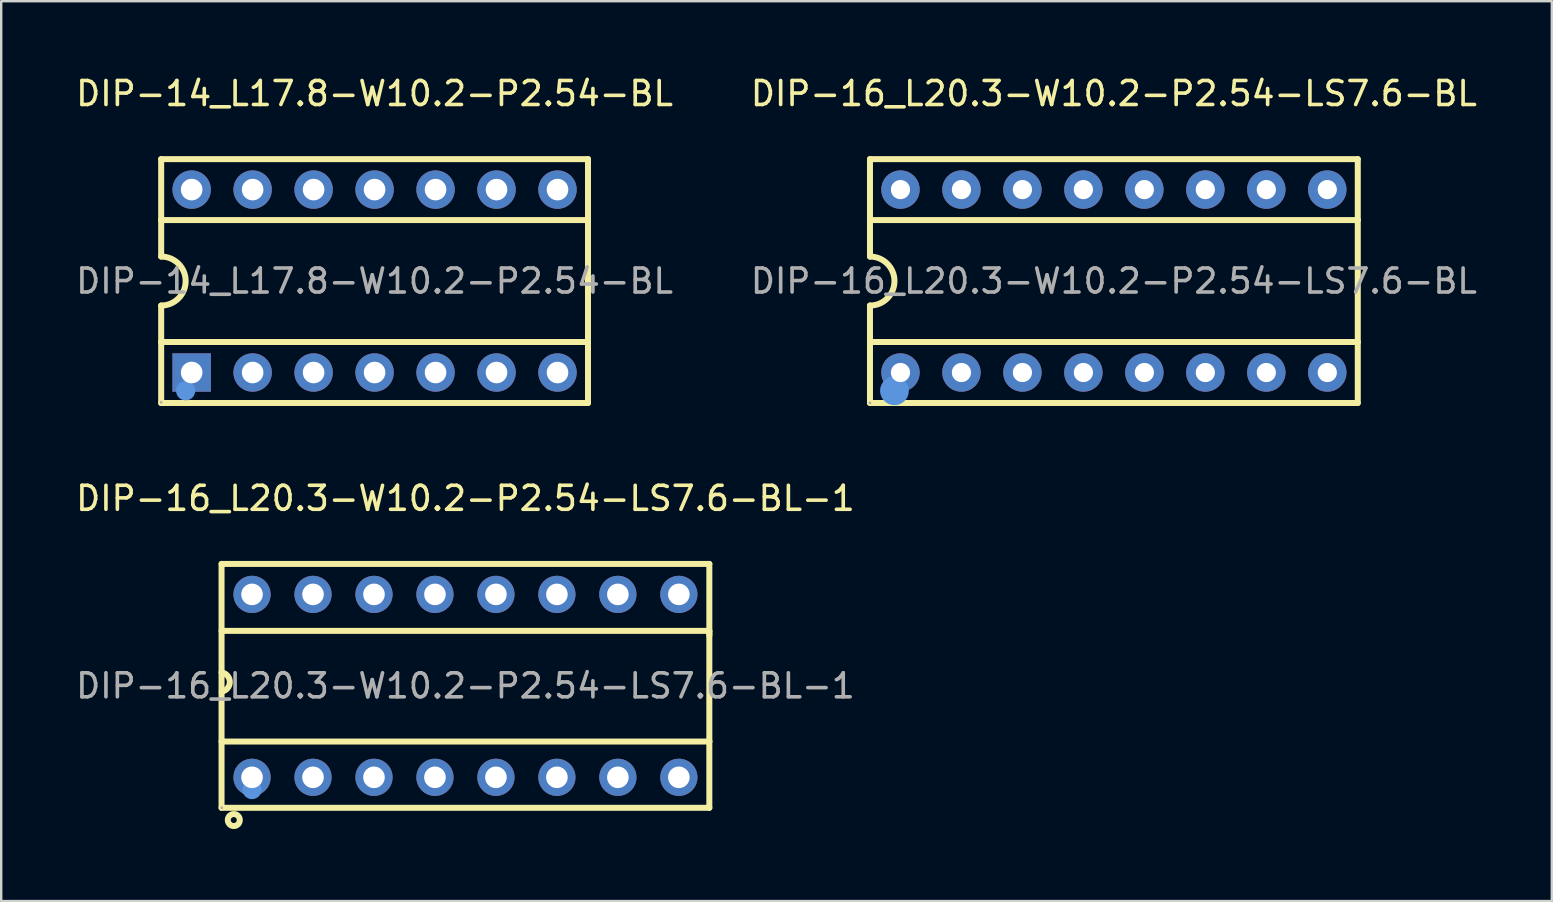
<source format=kicad_pcb>
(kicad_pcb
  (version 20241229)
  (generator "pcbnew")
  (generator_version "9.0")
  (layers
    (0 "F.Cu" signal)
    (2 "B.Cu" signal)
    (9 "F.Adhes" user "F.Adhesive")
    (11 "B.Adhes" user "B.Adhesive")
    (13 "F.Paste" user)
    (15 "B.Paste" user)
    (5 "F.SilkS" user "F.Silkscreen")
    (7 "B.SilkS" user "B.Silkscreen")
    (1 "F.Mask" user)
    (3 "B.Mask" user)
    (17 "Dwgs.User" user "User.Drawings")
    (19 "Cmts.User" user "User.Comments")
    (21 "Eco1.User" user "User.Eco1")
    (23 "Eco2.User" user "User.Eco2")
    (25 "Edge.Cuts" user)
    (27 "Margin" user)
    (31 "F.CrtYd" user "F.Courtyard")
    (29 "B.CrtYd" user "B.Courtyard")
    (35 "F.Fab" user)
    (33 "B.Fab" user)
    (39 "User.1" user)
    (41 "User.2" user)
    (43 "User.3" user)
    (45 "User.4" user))
  (footprint "DIP-16_L20.3-W10.2-P2.54-LS7.6-BL"
    (layer "F.Cu")
    (at 43.351 8.658)
    (property "Reference" "DIP-16_L20.3-W10.2-P2.54-LS7.6-BL" (at 0 -7.81 0) (layer "F.SilkS") (effects (font (size 1 1) (thickness 0.15))))
    (attr through_hole)
    (fp_line (start -10.16 -5.08) (end -10.16 -2.54) (stroke (width 0.25) (type solid)) (layer "F.SilkS"))
    (fp_line (start -10.16 -2.54) (end -10.16 -1.02) (stroke (width 0.25) (type solid)) (layer "F.SilkS"))
    (fp_line (start -10.16 -2.54) (end 10.16 -2.54) (stroke (width 0.25) (type solid)) (layer "F.SilkS"))
    (fp_line (start -10.16 2.54) (end -10.16 1.02) (stroke (width 0.25) (type solid)) (layer "F.SilkS"))
    (fp_line (start -10.16 2.54) (end 10.16 2.54) (stroke (width 0.25) (type solid)) (layer "F.SilkS"))
    (fp_line (start -10.16 5.08) (end -10.16 2.54) (stroke (width 0.25) (type solid)) (layer "F.SilkS"))
    (fp_line (start -10.16 5.08) (end 10.16 5.08) (stroke (width 0.25) (type solid)) (layer "F.SilkS"))
    (fp_line (start 10.16 -5.08) (end -10.16 -5.08) (stroke (width 0.25) (type solid)) (layer "F.SilkS"))
    (fp_line (start 10.16 -5.08) (end 10.16 -2.54) (stroke (width 0.25) (type solid)) (layer "F.SilkS"))
    (fp_line (start 10.16 -2.54) (end 10.16 2.54) (stroke (width 0.25) (type solid)) (layer "F.SilkS"))
    (fp_line (start 10.16 2.54) (end 10.16 5.08) (stroke (width 0.25) (type solid)) (layer "F.SilkS"))
    (fp_arc (start -10.16 -1.02) (mid -9.14 0) (end -10.16 1.02) (stroke (width 0.25) (type solid)) (layer "F.SilkS"))
    (fp_circle (center -9.14 4.57) (end -8.84 4.57) (stroke (width 0.6) (type solid)) (fill no) (layer "Cmts.User"))
    (fp_circle (center -10.16 5.08) (end -10.13 5.08) (stroke (width 0.06) (type solid)) (fill no) (layer "F.Fab"))
    (fp_circle (center -8.89 -3.81) (end -8.77 -3.81) (stroke (width 0.25) (type solid)) (fill no) (layer "F.Fab"))
    (fp_circle (center -8.89 3.81) (end -8.77 3.81) (stroke (width 0.25) (type solid)) (fill no) (layer "F.Fab"))
    (fp_circle (center -6.35 -3.81) (end -6.23 -3.81) (stroke (width 0.25) (type solid)) (fill no) (layer "F.Fab"))
    (fp_circle (center -6.35 3.81) (end -6.23 3.81) (stroke (width 0.25) (type solid)) (fill no) (layer "F.Fab"))
    (fp_circle (center -3.81 -3.81) (end -3.69 -3.81) (stroke (width 0.25) (type solid)) (fill no) (layer "F.Fab"))
    (fp_circle (center -3.81 3.81) (end -3.69 3.81) (stroke (width 0.25) (type solid)) (fill no) (layer "F.Fab"))
    (fp_circle (center -1.27 -3.81) (end -1.15 -3.81) (stroke (width 0.25) (type solid)) (fill no) (layer "F.Fab"))
    (fp_circle (center -1.27 3.81) (end -1.15 3.81) (stroke (width 0.25) (type solid)) (fill no) (layer "F.Fab"))
    (fp_circle (center 1.27 -3.81) (end 1.39 -3.81) (stroke (width 0.25) (type solid)) (fill no) (layer "F.Fab"))
    (fp_circle (center 1.27 3.81) (end 1.39 3.81) (stroke (width 0.25) (type solid)) (fill no) (layer "F.Fab"))
    (fp_circle (center 3.81 -3.81) (end 3.93 -3.81) (stroke (width 0.25) (type solid)) (fill no) (layer "F.Fab"))
    (fp_circle (center 3.81 3.81) (end 3.93 3.81) (stroke (width 0.25) (type solid)) (fill no) (layer "F.Fab"))
    (fp_circle (center 6.35 -3.81) (end 6.47 -3.81) (stroke (width 0.25) (type solid)) (fill no) (layer "F.Fab"))
    (fp_circle (center 6.35 3.81) (end 6.47 3.81) (stroke (width 0.25) (type solid)) (fill no) (layer "F.Fab"))
    (fp_circle (center 8.89 -3.81) (end 9.01 -3.81) (stroke (width 0.25) (type solid)) (fill no) (layer "F.Fab"))
    (fp_circle (center 8.89 3.81) (end 9.01 3.81) (stroke (width 0.25) (type solid)) (fill no) (layer "F.Fab"))
    (fp_text user "${REFERENCE}" (at 0 0 0) (layer "F.Fab") (effects (font (size 1 1) (thickness 0.15))))
    (pad "1" thru_hole circle (at -8.89 3.81) (size 1.6 1.6) (drill 0.8) (layers "*.Cu" "*.Paste" "*.Mask"))
    (pad "2" thru_hole circle (at -6.35 3.81) (size 1.6 1.6) (drill 0.8) (layers "*.Cu" "*.Paste" "*.Mask"))
    (pad "3" thru_hole circle (at -3.81 3.81) (size 1.6 1.6) (drill 0.8) (layers "*.Cu" "*.Paste" "*.Mask"))
    (pad "4" thru_hole circle (at -1.27 3.81) (size 1.6 1.6) (drill 0.8) (layers "*.Cu" "*.Paste" "*.Mask"))
    (pad "5" thru_hole circle (at 1.27 3.81) (size 1.6 1.6) (drill 0.8) (layers "*.Cu" "*.Paste" "*.Mask"))
    (pad "6" thru_hole circle (at 3.81 3.81) (size 1.6 1.6) (drill 0.8) (layers "*.Cu" "*.Paste" "*.Mask"))
    (pad "7" thru_hole circle (at 6.35 3.81) (size 1.6 1.6) (drill 0.8) (layers "*.Cu" "*.Paste" "*.Mask"))
    (pad "8" thru_hole circle (at 8.89 3.81) (size 1.6 1.6) (drill 0.8) (layers "*.Cu" "*.Paste" "*.Mask"))
    (pad "9" thru_hole circle (at 8.89 -3.81) (size 1.6 1.6) (drill 0.8) (layers "*.Cu" "*.Paste" "*.Mask"))
    (pad "10" thru_hole circle (at 6.35 -3.81) (size 1.6 1.6) (drill 0.8) (layers "*.Cu" "*.Paste" "*.Mask"))
    (pad "11" thru_hole circle (at 3.81 -3.81) (size 1.6 1.6) (drill 0.8) (layers "*.Cu" "*.Paste" "*.Mask"))
    (pad "12" thru_hole circle (at 1.27 -3.81) (size 1.6 1.6) (drill 0.8) (layers "*.Cu" "*.Paste" "*.Mask"))
    (pad "13" thru_hole circle (at -1.27 -3.81) (size 1.6 1.6) (drill 0.8) (layers "*.Cu" "*.Paste" "*.Mask"))
    (pad "14" thru_hole circle (at -3.81 -3.81) (size 1.6 1.6) (drill 0.8) (layers "*.Cu" "*.Paste" "*.Mask"))
    (pad "15" thru_hole circle (at -6.35 -3.81) (size 1.6 1.6) (drill 0.8) (layers "*.Cu" "*.Paste" "*.Mask"))
    (pad "16" thru_hole circle (at -8.89 -3.81) (size 1.6 1.6) (drill 0.8) (layers "*.Cu" "*.Paste" "*.Mask")))
  (footprint "DIP-14_L17.8-W10.2-P2.54-BL"
    (layer "F.Cu")
    (at 12.554 8.658)
    (property "Reference" "DIP-14_L17.8-W10.2-P2.54-BL" (at 0 -7.81 0) (layer "F.SilkS") (effects (font (size 1 1) (thickness 0.15))))
    (attr through_hole)
    (fp_line (start -8.89 -5.08) (end -8.89 -2.54) (stroke (width 0.25) (type solid)) (layer "F.SilkS"))
    (fp_line (start -8.89 -2.54) (end -8.89 -1.02) (stroke (width 0.25) (type solid)) (layer "F.SilkS"))
    (fp_line (start -8.89 -2.54) (end 8.89 -2.54) (stroke (width 0.25) (type solid)) (layer "F.SilkS"))
    (fp_line (start -8.89 2.54) (end -8.89 1.02) (stroke (width 0.25) (type solid)) (layer "F.SilkS"))
    (fp_line (start -8.89 2.54) (end 8.89 2.54) (stroke (width 0.25) (type solid)) (layer "F.SilkS"))
    (fp_line (start -8.89 5.08) (end -8.89 2.54) (stroke (width 0.25) (type solid)) (layer "F.SilkS"))
    (fp_line (start -8.89 5.08) (end 8.89 5.08) (stroke (width 0.25) (type solid)) (layer "F.SilkS"))
    (fp_line (start 8.89 -5.08) (end -8.89 -5.08) (stroke (width 0.25) (type solid)) (layer "F.SilkS"))
    (fp_line (start 8.89 -5.08) (end 8.89 -2.54) (stroke (width 0.25) (type solid)) (layer "F.SilkS"))
    (fp_line (start 8.89 -2.54) (end 8.89 2.54) (stroke (width 0.25) (type solid)) (layer "F.SilkS"))
    (fp_line (start 8.89 2.54) (end 8.89 5.08) (stroke (width 0.25) (type solid)) (layer "F.SilkS"))
    (fp_arc (start -8.89 -1.02) (mid -7.87 0) (end -8.89 1.02) (stroke (width 0.25) (type solid)) (layer "F.SilkS"))
    (fp_circle (center -7.87 4.57) (end -7.67 4.57) (stroke (width 0.4) (type solid)) (fill no) (layer "Cmts.User"))
    (fp_circle (center -8.89 5.05) (end -8.86 5.05) (stroke (width 0.06) (type solid)) (fill no) (layer "F.Fab"))
    (fp_circle (center -7.62 -3.81) (end -7.5 -3.81) (stroke (width 0.25) (type solid)) (fill no) (layer "F.Fab"))
    (fp_circle (center -7.62 3.81) (end -7.5 3.81) (stroke (width 0.25) (type solid)) (fill no) (layer "F.Fab"))
    (fp_circle (center -5.08 -3.81) (end -4.96 -3.81) (stroke (width 0.25) (type solid)) (fill no) (layer "F.Fab"))
    (fp_circle (center -5.08 3.81) (end -4.96 3.81) (stroke (width 0.25) (type solid)) (fill no) (layer "F.Fab"))
    (fp_circle (center -2.54 -3.81) (end -2.42 -3.81) (stroke (width 0.25) (type solid)) (fill no) (layer "F.Fab"))
    (fp_circle (center -2.54 3.81) (end -2.42 3.81) (stroke (width 0.25) (type solid)) (fill no) (layer "F.Fab"))
    (fp_circle (center 0 -3.81) (end 0.12 -3.81) (stroke (width 0.25) (type solid)) (fill no) (layer "F.Fab"))
    (fp_circle (center 0 3.81) (end 0.12 3.81) (stroke (width 0.25) (type solid)) (fill no) (layer "F.Fab"))
    (fp_circle (center 2.54 -3.81) (end 2.66 -3.81) (stroke (width 0.25) (type solid)) (fill no) (layer "F.Fab"))
    (fp_circle (center 2.54 3.81) (end 2.66 3.81) (stroke (width 0.25) (type solid)) (fill no) (layer "F.Fab"))
    (fp_circle (center 5.08 -3.81) (end 5.2 -3.81) (stroke (width 0.25) (type solid)) (fill no) (layer "F.Fab"))
    (fp_circle (center 5.08 3.81) (end 5.2 3.81) (stroke (width 0.25) (type solid)) (fill no) (layer "F.Fab"))
    (fp_circle (center 7.62 -3.81) (end 7.74 -3.81) (stroke (width 0.25) (type solid)) (fill no) (layer "F.Fab"))
    (fp_circle (center 7.62 3.81) (end 7.74 3.81) (stroke (width 0.25) (type solid)) (fill no) (layer "F.Fab"))
    (fp_text user "${REFERENCE}" (at 0 0 0) (layer "F.Fab") (effects (font (size 1 1) (thickness 0.15))))
    (pad "1" thru_hole rect (at -7.62 3.81) (size 1.6 1.6) (drill 0.9) (layers "*.Cu" "*.Paste" "*.Mask"))
    (pad "2" thru_hole circle (at -5.08 3.81) (size 1.6 1.6) (drill 0.9) (layers "*.Cu" "*.Paste" "*.Mask"))
    (pad "3" thru_hole circle (at -2.54 3.81) (size 1.6 1.6) (drill 0.9) (layers "*.Cu" "*.Paste" "*.Mask"))
    (pad "4" thru_hole circle (at 0 3.81) (size 1.6 1.6) (drill 0.9) (layers "*.Cu" "*.Paste" "*.Mask"))
    (pad "5" thru_hole circle (at 2.54 3.81) (size 1.6 1.6) (drill 0.9) (layers "*.Cu" "*.Paste" "*.Mask"))
    (pad "6" thru_hole circle (at 5.08 3.81) (size 1.6 1.6) (drill 0.9) (layers "*.Cu" "*.Paste" "*.Mask"))
    (pad "7" thru_hole circle (at 7.62 3.81) (size 1.6 1.6) (drill 0.9) (layers "*.Cu" "*.Paste" "*.Mask"))
    (pad "8" thru_hole circle (at 7.62 -3.81) (size 1.6 1.6) (drill 0.9) (layers "*.Cu" "*.Paste" "*.Mask"))
    (pad "9" thru_hole circle (at 5.08 -3.81) (size 1.6 1.6) (drill 0.9) (layers "*.Cu" "*.Paste" "*.Mask"))
    (pad "10" thru_hole circle (at 2.54 -3.81) (size 1.6 1.6) (drill 0.9) (layers "*.Cu" "*.Paste" "*.Mask"))
    (pad "11" thru_hole circle (at 0 -3.81) (size 1.6 1.6) (drill 0.9) (layers "*.Cu" "*.Paste" "*.Mask"))
    (pad "12" thru_hole circle (at -2.54 -3.81) (size 1.6 1.6) (drill 0.9) (layers "*.Cu" "*.Paste" "*.Mask"))
    (pad "13" thru_hole circle (at -5.08 -3.81) (size 1.6 1.6) (drill 0.9) (layers "*.Cu" "*.Paste" "*.Mask"))
    (pad "14" thru_hole circle (at -7.62 -3.81) (size 1.6 1.6) (drill 0.9) (layers "*.Cu" "*.Paste" "*.Mask")))
  (footprint "DIP-16_L20.3-W10.2-P2.54-LS7.6-BL-1"
    (layer "F.Cu")
    (at 16.339 25.521)
    (property "Reference" "DIP-16_L20.3-W10.2-P2.54-LS7.6-BL-1" (at 0 -7.81 0) (layer "F.SilkS") (effects (font (size 1 1) (thickness 0.15))))
    (attr through_hole)
    (fp_line (start -10.16 -5.08) (end -10.16 5.08) (stroke (width 0.25) (type solid)) (layer "F.SilkS"))
    (fp_line (start -10.16 -2.29) (end 10.16 -2.29) (stroke (width 0.25) (type solid)) (layer "F.SilkS"))
    (fp_line (start -10.16 2.32) (end 10.16 2.32) (stroke (width 0.25) (type solid)) (layer "F.SilkS"))
    (fp_line (start -10.16 5.08) (end 10.16 5.08) (stroke (width 0.25) (type solid)) (layer "F.SilkS"))
    (fp_line (start 10.16 -5.08) (end -10.16 -5.08) (stroke (width 0.25) (type solid)) (layer "F.SilkS"))
    (fp_line (start 10.16 -2.29) (end 10.16 -2.09) (stroke (width 0.25) (type solid)) (layer "F.SilkS"))
    (fp_line (start 10.16 2.32) (end 10.16 2.3) (stroke (width 0.25) (type solid)) (layer "F.SilkS"))
    (fp_line (start 10.16 5.08) (end 10.16 -5.08) (stroke (width 0.25) (type solid)) (layer "F.SilkS"))
    (fp_arc (start -10.16 -0.56) (mid -9.815536 -0.162995) (end -10.154083 0.239068) (stroke (width 0.25) (type solid)) (layer "F.SilkS"))
    (fp_circle (center -9.65 5.59) (end -9.4 5.59) (stroke (width 0.25) (type solid)) (fill no) (layer "F.SilkS"))
    (fp_circle (center -8.89 4.32) (end -8.69 4.32) (stroke (width 0.4) (type solid)) (fill no) (layer "Cmts.User"))
    (fp_circle (center -10.15 5.08) (end -10.12 5.08) (stroke (width 0.06) (type solid)) (fill no) (layer "F.Fab"))
    (fp_circle (center -8.89 -3.81) (end -8.77 -3.81) (stroke (width 0.25) (type solid)) (fill no) (layer "F.Fab"))
    (fp_circle (center -8.89 3.81) (end -8.77 3.81) (stroke (width 0.25) (type solid)) (fill no) (layer "F.Fab"))
    (fp_circle (center -6.35 -3.81) (end -6.23 -3.81) (stroke (width 0.25) (type solid)) (fill no) (layer "F.Fab"))
    (fp_circle (center -6.35 3.81) (end -6.23 3.81) (stroke (width 0.25) (type solid)) (fill no) (layer "F.Fab"))
    (fp_circle (center -3.81 -3.81) (end -3.69 -3.81) (stroke (width 0.25) (type solid)) (fill no) (layer "F.Fab"))
    (fp_circle (center -3.81 3.81) (end -3.69 3.81) (stroke (width 0.25) (type solid)) (fill no) (layer "F.Fab"))
    (fp_circle (center -1.27 -3.81) (end -1.15 -3.81) (stroke (width 0.25) (type solid)) (fill no) (layer "F.Fab"))
    (fp_circle (center -1.27 3.81) (end -1.15 3.81) (stroke (width 0.25) (type solid)) (fill no) (layer "F.Fab"))
    (fp_circle (center 1.27 -3.81) (end 1.39 -3.81) (stroke (width 0.25) (type solid)) (fill no) (layer "F.Fab"))
    (fp_circle (center 1.27 3.81) (end 1.39 3.81) (stroke (width 0.25) (type solid)) (fill no) (layer "F.Fab"))
    (fp_circle (center 3.81 -3.81) (end 3.93 -3.81) (stroke (width 0.25) (type solid)) (fill no) (layer "F.Fab"))
    (fp_circle (center 3.81 3.81) (end 3.93 3.81) (stroke (width 0.25) (type solid)) (fill no) (layer "F.Fab"))
    (fp_circle (center 6.35 -3.81) (end 6.47 -3.81) (stroke (width 0.25) (type solid)) (fill no) (layer "F.Fab"))
    (fp_circle (center 6.35 3.81) (end 6.47 3.81) (stroke (width 0.25) (type solid)) (fill no) (layer "F.Fab"))
    (fp_circle (center 8.89 -3.81) (end 9.01 -3.81) (stroke (width 0.25) (type solid)) (fill no) (layer "F.Fab"))
    (fp_circle (center 8.89 3.81) (end 9.01 3.81) (stroke (width 0.25) (type solid)) (fill no) (layer "F.Fab"))
    (fp_text user "${REFERENCE}" (at 0 0 0) (layer "F.Fab") (effects (font (size 1 1) (thickness 0.15))))
    (pad "1" thru_hole circle (at -8.89 3.81) (size 1.55 1.55) (drill 0.9) (layers "*.Cu" "*.Paste" "*.Mask"))
    (pad "2" thru_hole circle (at -6.35 3.81) (size 1.55 1.55) (drill 0.9) (layers "*.Cu" "*.Paste" "*.Mask"))
    (pad "3" thru_hole circle (at -3.81 3.81) (size 1.55 1.55) (drill 0.9) (layers "*.Cu" "*.Paste" "*.Mask"))
    (pad "4" thru_hole circle (at -1.27 3.81) (size 1.55 1.55) (drill 0.9) (layers "*.Cu" "*.Paste" "*.Mask"))
    (pad "5" thru_hole circle (at 1.27 3.81) (size 1.55 1.55) (drill 0.9) (layers "*.Cu" "*.Paste" "*.Mask"))
    (pad "6" thru_hole circle (at 3.81 3.81) (size 1.55 1.55) (drill 0.9) (layers "*.Cu" "*.Paste" "*.Mask"))
    (pad "7" thru_hole circle (at 6.35 3.81) (size 1.55 1.55) (drill 0.9) (layers "*.Cu" "*.Paste" "*.Mask"))
    (pad "8" thru_hole circle (at 8.89 3.81) (size 1.55 1.55) (drill 0.9) (layers "*.Cu" "*.Paste" "*.Mask"))
    (pad "9" thru_hole circle (at 8.89 -3.81) (size 1.55 1.55) (drill 0.9) (layers "*.Cu" "*.Paste" "*.Mask"))
    (pad "10" thru_hole circle (at 6.35 -3.81) (size 1.55 1.55) (drill 0.9) (layers "*.Cu" "*.Paste" "*.Mask"))
    (pad "11" thru_hole circle (at 3.81 -3.81) (size 1.55 1.55) (drill 0.9) (layers "*.Cu" "*.Paste" "*.Mask"))
    (pad "12" thru_hole circle (at 1.27 -3.81) (size 1.55 1.55) (drill 0.9) (layers "*.Cu" "*.Paste" "*.Mask"))
    (pad "13" thru_hole circle (at -1.27 -3.81) (size 1.55 1.55) (drill 0.9) (layers "*.Cu" "*.Paste" "*.Mask"))
    (pad "14" thru_hole circle (at -3.81 -3.81) (size 1.55 1.55) (drill 0.9) (layers "*.Cu" "*.Paste" "*.Mask"))
    (pad "15" thru_hole circle (at -6.35 -3.81) (size 1.55 1.55) (drill 0.9) (layers "*.Cu" "*.Paste" "*.Mask"))
    (pad "16" thru_hole circle (at -8.89 -3.81) (size 1.55 1.55) (drill 0.9) (layers "*.Cu" "*.Paste" "*.Mask")))
  (gr_rect
    (start -3 -3)
    (end 61.595 34.486)
    (stroke (width 0.1) (type default))
    (fill no)
    (layer "Edge.Cuts")))
</source>
